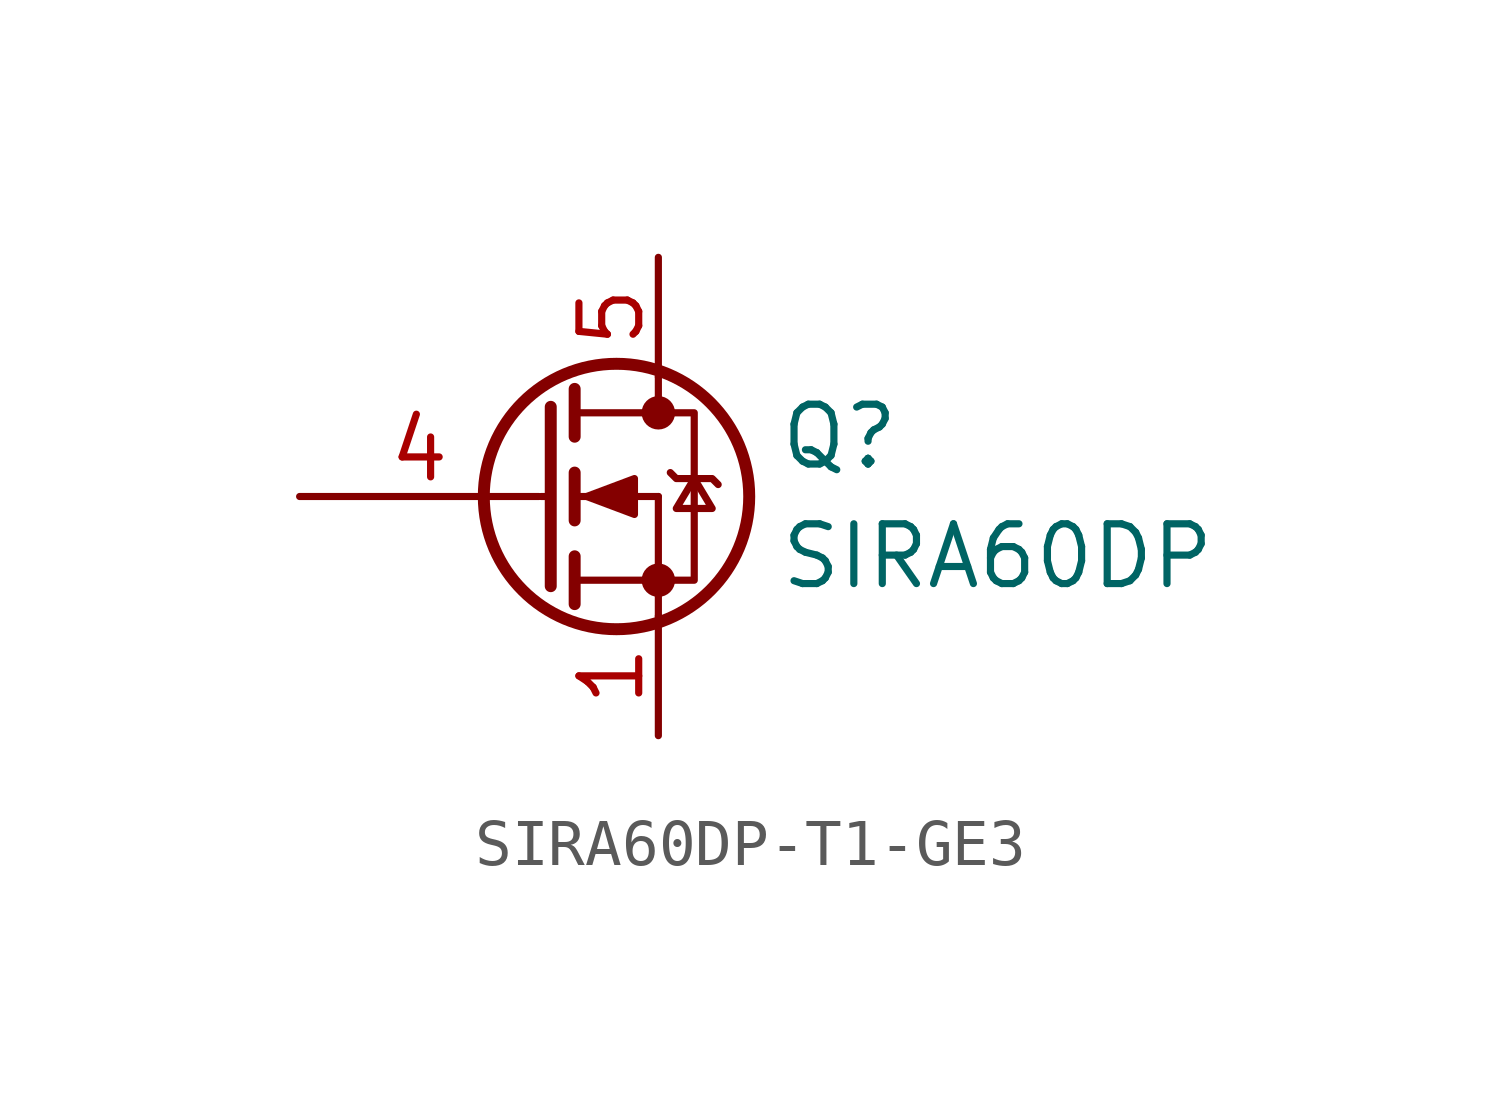
<source format=kicad_sym>
(kicad_symbol_lib
  (version 20220914)
  (generator kicad_symbol_editor)
  (symbol "SIRA60DP-T1-GE3"
    (pin_names
      (offset 0) hide)
    (property "Reference" "Q"
      (at 5.08 1.27 0)
      (effects (font (size 1.27 1.27)) (justify left)))
    (property "Value" "SIRA60DP"
      (at 5.08 -1.27 0)
      (effects (font (size 1.27 1.27)) (justify left)))
    (symbol "SIRA60DP-T1-GE3_0_1"
      (polyline (pts (xy 0.051 0) (xy 0.254 0)) (stroke (width 0) (type solid)) (fill (type none)))
      (polyline (pts (xy 0.762 -1.778) (xy 2.54 -1.778)) (stroke (width 0) (type solid)) (fill (type none)))
      (polyline (pts (xy 0.762 -1.27) (xy 0.762 -2.286)) (stroke (width 0.254) (type solid)) (fill (type none)))
      (polyline (pts (xy 0.762 0) (xy 2.54 0)) (stroke (width 0) (type solid)) (fill (type none)))
      (polyline (pts (xy 0.762 0.508) (xy 0.762 -0.508)) (stroke (width 0.254) (type solid)) (fill (type none)))
      (polyline (pts (xy 0.762 1.778) (xy 2.54 1.778)) (stroke (width 0) (type solid)) (fill (type none)))
      (polyline (pts (xy 0.762 2.286) (xy 0.762 1.27)) (stroke (width 0.254) (type solid)) (fill (type none)))
      (polyline (pts (xy 2.54 -1.778) (xy 2.54 -2.54)) (stroke (width 0) (type solid)) (fill (type none)))
      (polyline (pts (xy 2.54 -1.778) (xy 2.54 0)) (stroke (width 0) (type solid)) (fill (type none)))
      (polyline (pts (xy 2.54 2.54) (xy 2.54 1.778)) (stroke (width 0) (type solid)) (fill (type none)))
      (polyline (pts (xy 0.254 1.905) (xy 0.254 -1.905) (xy 0.254 -1.905)) (stroke (width 0.254) (type solid)) (fill (type none)))
      (polyline (pts (xy 1.016 0) (xy 2.032 0.381) (xy 2.032 -0.381) (xy 1.016 0)) (stroke (width 0) (type solid)) (fill (type outline)))
      (polyline (pts (xy 2.54 -1.778) (xy 3.302 -1.778) (xy 3.302 1.778) (xy 2.54 1.778)) (stroke (width 0) (type solid)) (fill (type none)))
      (polyline (pts (xy 2.794 0.508) (xy 2.921 0.381) (xy 3.683 0.381) (xy 3.81 0.254)) (stroke (width 0) (type solid)) (fill (type none)))
      (polyline (pts (xy 3.302 0.381) (xy 2.921 -0.254) (xy 3.683 -0.254) (xy 3.302 0.381)) (stroke (width 0) (type solid)) (fill (type none)))
      (circle (center 1.651 0) (radius 2.819) (stroke (width 0.254) (type solid)) (fill (type none)))
      (circle (center 2.54 -1.778) (radius 0.279) (stroke (width 0) (type solid)) (fill (type outline)))
      (circle (center 2.54 1.778) (radius 0.279) (stroke (width 0) (type solid)) (fill (type outline))))
    (symbol "SIRA60DP-T1-GE3_1_1"
      (pin passive line (at 2.54 -5.08 90) (length 2.54) (name "S" (effects (font (size 1.27 1.27)))) (number "1" (effects (font (size 1.27 1.27)))))
      (pin passive line (at 2.54 -5.08 90) (length 2.54) hide (name "S" (effects (font (size 1.27 1.27)))) (number "2" (effects (font (size 1.27 1.27)))))
      (pin passive line (at 2.54 -5.08 90) (length 2.54) hide (name "S" (effects (font (size 1.27 1.27)))) (number "3" (effects (font (size 1.27 1.27)))))
      (pin input line (at -5.08 0 0) (length 5.08) (name "G" (effects (font (size 1.27 1.27)))) (number "4" (effects (font (size 1.27 1.27)))))
      (pin passive line (at 2.54 5.08 270) (length 2.54) (name "D" (effects (font (size 1.27 1.27)))) (number "5" (effects (font (size 1.27 1.27))))))))
</source>
